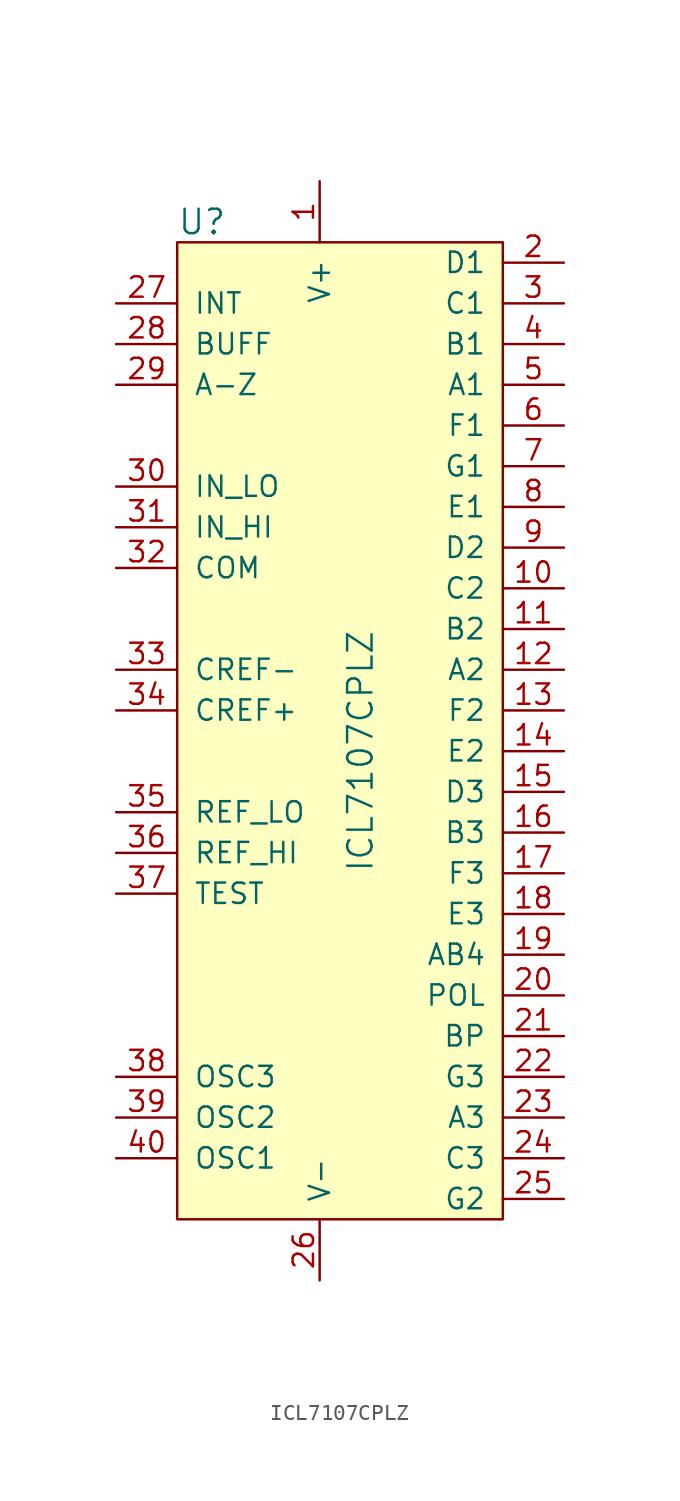
<source format=kicad_sym>
(kicad_symbol_lib
  (version 20201005)
  (generator kicad_symbol_editor)
  (symbol "ICL7107CPLZ"
    (pin_names
      (offset 1.016))
    (property "Reference" "U"
      (at -8.89 33.02 0)
      (effects (font (size 1.524 1.524)) (justify left)))
    (property "Value" "ICL7107CPLZ"
      (at 2.54 0 90)
      (effects (font (size 1.524 1.524))))
    (symbol "ICL7107CPLZ_0_1"
      (rectangle (start -8.89 31.75) (end 11.43 -29.21) (stroke (width 0)) (fill (type background))))
    (symbol "ICL7107CPLZ_1_1"
      (pin power_in line (at 0 35.56 270) (length 3.81) (name "V+" (effects (font (size 1.27 1.27)))) (number "1" (effects (font (size 1.27 1.27)))))
      (pin output line (at 15.24 30.48 180) (length 3.81) (name "D1" (effects (font (size 1.27 1.27)))) (number "2" (effects (font (size 1.27 1.27)))))
      (pin output line (at 15.24 27.94 180) (length 3.81) (name "C1" (effects (font (size 1.27 1.27)))) (number "3" (effects (font (size 1.27 1.27)))))
      (pin output line (at 15.24 25.4 180) (length 3.81) (name "B1" (effects (font (size 1.27 1.27)))) (number "4" (effects (font (size 1.27 1.27)))))
      (pin output line (at 15.24 22.86 180) (length 3.81) (name "A1" (effects (font (size 1.27 1.27)))) (number "5" (effects (font (size 1.27 1.27)))))
      (pin output line (at 15.24 20.32 180) (length 3.81) (name "F1" (effects (font (size 1.27 1.27)))) (number "6" (effects (font (size 1.27 1.27)))))
      (pin output line (at 15.24 17.78 180) (length 3.81) (name "G1" (effects (font (size 1.27 1.27)))) (number "7" (effects (font (size 1.27 1.27)))))
      (pin output line (at 15.24 15.24 180) (length 3.81) (name "E1" (effects (font (size 1.27 1.27)))) (number "8" (effects (font (size 1.27 1.27)))))
      (pin output line (at 15.24 12.7 180) (length 3.81) (name "D2" (effects (font (size 1.27 1.27)))) (number "9" (effects (font (size 1.27 1.27)))))
      (pin output line (at 15.24 10.16 180) (length 3.81) (name "C2" (effects (font (size 1.27 1.27)))) (number "10" (effects (font (size 1.27 1.27)))))
      (pin output line (at 15.24 -15.24 180) (length 3.81) (name "POL" (effects (font (size 1.27 1.27)))) (number "20" (effects (font (size 1.27 1.27)))))
      (pin input line (at -12.7 16.51 0) (length 3.81) (name "IN_LO" (effects (font (size 1.27 1.27)))) (number "30" (effects (font (size 1.27 1.27)))))
      (pin passive line (at -12.7 -25.4 0) (length 3.81) (name "OSC1" (effects (font (size 1.27 1.27)))) (number "40" (effects (font (size 1.27 1.27)))))
      (pin output line (at 15.24 7.62 180) (length 3.81) (name "B2" (effects (font (size 1.27 1.27)))) (number "11" (effects (font (size 1.27 1.27)))))
      (pin output line (at 15.24 -17.78 180) (length 3.81) (name "BP" (effects (font (size 1.27 1.27)))) (number "21" (effects (font (size 1.27 1.27)))))
      (pin input line (at -12.7 13.97 0) (length 3.81) (name "IN_HI" (effects (font (size 1.27 1.27)))) (number "31" (effects (font (size 1.27 1.27)))))
      (pin output line (at 15.24 5.08 180) (length 3.81) (name "A2" (effects (font (size 1.27 1.27)))) (number "12" (effects (font (size 1.27 1.27)))))
      (pin output line (at 15.24 -20.32 180) (length 3.81) (name "G3" (effects (font (size 1.27 1.27)))) (number "22" (effects (font (size 1.27 1.27)))))
      (pin input line (at -12.7 11.43 0) (length 3.81) (name "COM" (effects (font (size 1.27 1.27)))) (number "32" (effects (font (size 1.27 1.27)))))
      (pin output line (at 15.24 2.54 180) (length 3.81) (name "F2" (effects (font (size 1.27 1.27)))) (number "13" (effects (font (size 1.27 1.27)))))
      (pin output line (at 15.24 -22.86 180) (length 3.81) (name "A3" (effects (font (size 1.27 1.27)))) (number "23" (effects (font (size 1.27 1.27)))))
      (pin passive line (at -12.7 5.08 0) (length 3.81) (name "CREF-" (effects (font (size 1.27 1.27)))) (number "33" (effects (font (size 1.27 1.27)))))
      (pin output line (at 15.24 0 180) (length 3.81) (name "E2" (effects (font (size 1.27 1.27)))) (number "14" (effects (font (size 1.27 1.27)))))
      (pin output line (at 15.24 -25.4 180) (length 3.81) (name "C3" (effects (font (size 1.27 1.27)))) (number "24" (effects (font (size 1.27 1.27)))))
      (pin passive line (at -12.7 2.54 0) (length 3.81) (name "CREF+" (effects (font (size 1.27 1.27)))) (number "34" (effects (font (size 1.27 1.27)))))
      (pin output line (at 15.24 -2.54 180) (length 3.81) (name "D3" (effects (font (size 1.27 1.27)))) (number "15" (effects (font (size 1.27 1.27)))))
      (pin output line (at 15.24 -27.94 180) (length 3.81) (name "G2" (effects (font (size 1.27 1.27)))) (number "25" (effects (font (size 1.27 1.27)))))
      (pin input line (at -12.7 -3.81 0) (length 3.81) (name "REF_LO" (effects (font (size 1.27 1.27)))) (number "35" (effects (font (size 1.27 1.27)))))
      (pin output line (at 15.24 -5.08 180) (length 3.81) (name "B3" (effects (font (size 1.27 1.27)))) (number "16" (effects (font (size 1.27 1.27)))))
      (pin power_in line (at 0 -33.02 90) (length 3.81) (name "V-" (effects (font (size 1.27 1.27)))) (number "26" (effects (font (size 1.27 1.27)))))
      (pin input line (at -12.7 -6.35 0) (length 3.81) (name "REF_HI" (effects (font (size 1.27 1.27)))) (number "36" (effects (font (size 1.27 1.27)))))
      (pin output line (at 15.24 -7.62 180) (length 3.81) (name "F3" (effects (font (size 1.27 1.27)))) (number "17" (effects (font (size 1.27 1.27)))))
      (pin passive line (at -12.7 27.94 0) (length 3.81) (name "INT" (effects (font (size 1.27 1.27)))) (number "27" (effects (font (size 1.27 1.27)))))
      (pin input line (at -12.7 -8.89 0) (length 3.81) (name "TEST" (effects (font (size 1.27 1.27)))) (number "37" (effects (font (size 1.27 1.27)))))
      (pin output line (at 15.24 -10.16 180) (length 3.81) (name "E3" (effects (font (size 1.27 1.27)))) (number "18" (effects (font (size 1.27 1.27)))))
      (pin passive line (at -12.7 25.4 0) (length 3.81) (name "BUFF" (effects (font (size 1.27 1.27)))) (number "28" (effects (font (size 1.27 1.27)))))
      (pin passive line (at -12.7 -20.32 0) (length 3.81) (name "OSC3" (effects (font (size 1.27 1.27)))) (number "38" (effects (font (size 1.27 1.27)))))
      (pin output line (at 15.24 -12.7 180) (length 3.81) (name "AB4" (effects (font (size 1.27 1.27)))) (number "19" (effects (font (size 1.27 1.27)))))
      (pin passive line (at -12.7 22.86 0) (length 3.81) (name "A-Z" (effects (font (size 1.27 1.27)))) (number "29" (effects (font (size 1.27 1.27)))))
      (pin passive line (at -12.7 -22.86 0) (length 3.81) (name "OSC2" (effects (font (size 1.27 1.27)))) (number "39" (effects (font (size 1.27 1.27))))))))
</source>
